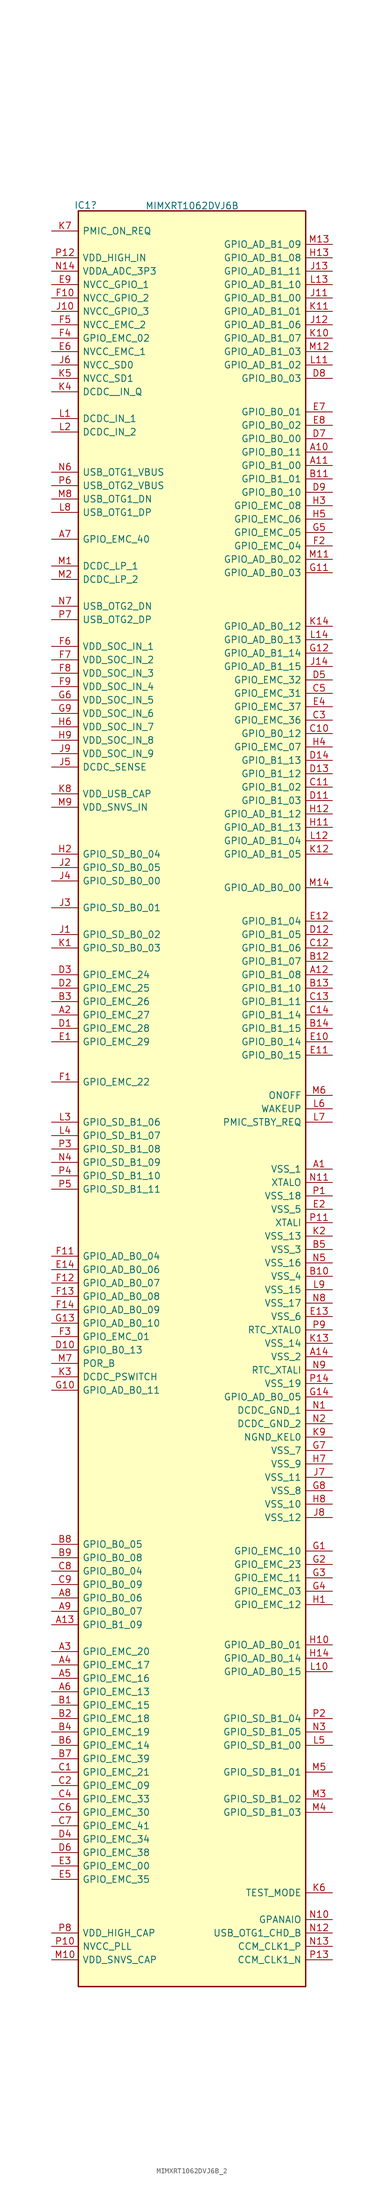
<source format=kicad_sym>
(kicad_symbol_lib
  (version 20231120)
  (generator "kicad_symbol_editor")
  (generator_version "8.0")
  (symbol "MIMXRT1062DVJ6B_2"
    (pin_names
      (offset 0.762))
    (property "Reference" "IC1"
      (at -20.193 124.257 0)
      (effects (font (size 1.27 1.27))))
    (property "Value" "MIMXRT1062DVJ6B"
      (at 0.025 124.155 0)
      (effects (font (size 1.27 1.27))))
    (property "Tolerance" ""
      (at 0 0 0)
      (effects (font (size 1.27 1.27))))
    (property "Power Rating" ""
      (at 0 0 0)
      (effects (font (size 1.27 1.27))))
    (symbol "MIMXRT1062DVJ6B_2_0_0"
      (pin passive line (at 26.67 -58.42 180) (length 5.08) (name "VSS_1" (effects (font (size 1.27 1.27)))) (number "A1" (effects (font (size 1.27 1.27)))))
      (pin passive line (at 26.67 77.47 180) (length 5.08) (name "GPIO_B0_11" (effects (font (size 1.27 1.27)))) (number "A10" (effects (font (size 1.27 1.27)))))
      (pin passive line (at 26.67 74.93 180) (length 5.08) (name "GPIO_B1_00" (effects (font (size 1.27 1.27)))) (number "A11" (effects (font (size 1.27 1.27)))))
      (pin passive line (at 26.67 -21.59 180) (length 5.08) (name "GPIO_B1_08" (effects (font (size 1.27 1.27)))) (number "A12" (effects (font (size 1.27 1.27)))))
      (pin passive line (at -26.67 -144.78 0) (length 5.08) (name "GPIO_B1_09" (effects (font (size 1.27 1.27)))) (number "A13" (effects (font (size 1.27 1.27)))))
      (pin passive line (at 26.67 -93.98 180) (length 5.08) (name "VSS_2" (effects (font (size 1.27 1.27)))) (number "A14" (effects (font (size 1.27 1.27)))))
      (pin passive line (at -26.67 -29.21 0) (length 5.08) (name "GPIO_EMC_27" (effects (font (size 1.27 1.27)))) (number "A2" (effects (font (size 1.27 1.27)))))
      (pin passive line (at -26.67 -149.86 0) (length 5.08) (name "GPIO_EMC_20" (effects (font (size 1.27 1.27)))) (number "A3" (effects (font (size 1.27 1.27)))))
      (pin passive line (at -26.67 -152.4 0) (length 5.08) (name "GPIO_EMC_17" (effects (font (size 1.27 1.27)))) (number "A4" (effects (font (size 1.27 1.27)))))
      (pin passive line (at -26.67 -154.94 0) (length 5.08) (name "GPIO_EMC_16" (effects (font (size 1.27 1.27)))) (number "A5" (effects (font (size 1.27 1.27)))))
      (pin passive line (at -26.67 -157.48 0) (length 5.08) (name "GPIO_EMC_13" (effects (font (size 1.27 1.27)))) (number "A6" (effects (font (size 1.27 1.27)))))
      (pin passive line (at -26.67 60.96 0) (length 5.08) (name "GPIO_EMC_40" (effects (font (size 1.27 1.27)))) (number "A7" (effects (font (size 1.27 1.27)))))
      (pin passive line (at -26.67 -139.7 0) (length 5.08) (name "GPIO_B0_06" (effects (font (size 1.27 1.27)))) (number "A8" (effects (font (size 1.27 1.27)))))
      (pin passive line (at -26.67 -142.24 0) (length 5.08) (name "GPIO_B0_07" (effects (font (size 1.27 1.27)))) (number "A9" (effects (font (size 1.27 1.27)))))
      (pin passive line (at -26.67 -160.02 0) (length 5.08) (name "GPIO_EMC_15" (effects (font (size 1.27 1.27)))) (number "B1" (effects (font (size 1.27 1.27)))))
      (pin passive line (at 26.67 -78.74 180) (length 5.08) (name "VSS_4" (effects (font (size 1.27 1.27)))) (number "B10" (effects (font (size 1.27 1.27)))))
      (pin passive line (at 26.67 72.39 180) (length 5.08) (name "GPIO_B1_01" (effects (font (size 1.27 1.27)))) (number "B11" (effects (font (size 1.27 1.27)))))
      (pin passive line (at 26.67 -19.05 180) (length 5.08) (name "GPIO_B1_07" (effects (font (size 1.27 1.27)))) (number "B12" (effects (font (size 1.27 1.27)))))
      (pin passive line (at 26.67 -24.13 180) (length 5.08) (name "GPIO_B1_10" (effects (font (size 1.27 1.27)))) (number "B13" (effects (font (size 1.27 1.27)))))
      (pin passive line (at 26.67 -31.75 180) (length 5.08) (name "GPIO_B1_15" (effects (font (size 1.27 1.27)))) (number "B14" (effects (font (size 1.27 1.27)))))
      (pin passive line (at -26.67 -162.56 0) (length 5.08) (name "GPIO_EMC_18" (effects (font (size 1.27 1.27)))) (number "B2" (effects (font (size 1.27 1.27)))))
      (pin passive line (at -26.67 -26.67 0) (length 5.08) (name "GPIO_EMC_26" (effects (font (size 1.27 1.27)))) (number "B3" (effects (font (size 1.27 1.27)))))
      (pin passive line (at -26.67 -165.1 0) (length 5.08) (name "GPIO_EMC_19" (effects (font (size 1.27 1.27)))) (number "B4" (effects (font (size 1.27 1.27)))))
      (pin passive line (at 26.67 -73.66 180) (length 5.08) (name "VSS_3" (effects (font (size 1.27 1.27)))) (number "B5" (effects (font (size 1.27 1.27)))))
      (pin passive line (at -26.67 -167.64 0) (length 5.08) (name "GPIO_EMC_14" (effects (font (size 1.27 1.27)))) (number "B6" (effects (font (size 1.27 1.27)))))
      (pin passive line (at -26.67 -170.18 0) (length 5.08) (name "GPIO_EMC_39" (effects (font (size 1.27 1.27)))) (number "B7" (effects (font (size 1.27 1.27)))))
      (pin passive line (at -26.67 -129.54 0) (length 5.08) (name "GPIO_B0_05" (effects (font (size 1.27 1.27)))) (number "B8" (effects (font (size 1.27 1.27)))))
      (pin passive line (at -26.67 -132.08 0) (length 5.08) (name "GPIO_B0_08" (effects (font (size 1.27 1.27)))) (number "B9" (effects (font (size 1.27 1.27)))))
      (pin passive line (at -26.67 -172.72 0) (length 5.08) (name "GPIO_EMC_21" (effects (font (size 1.27 1.27)))) (number "C1" (effects (font (size 1.27 1.27)))))
      (pin passive line (at 26.67 24.13 180) (length 5.08) (name "GPIO_B0_12" (effects (font (size 1.27 1.27)))) (number "C10" (effects (font (size 1.27 1.27)))))
      (pin passive line (at 26.67 13.97 180) (length 5.08) (name "GPIO_B1_02" (effects (font (size 1.27 1.27)))) (number "C11" (effects (font (size 1.27 1.27)))))
      (pin passive line (at 26.67 -16.51 180) (length 5.08) (name "GPIO_B1_06" (effects (font (size 1.27 1.27)))) (number "C12" (effects (font (size 1.27 1.27)))))
      (pin passive line (at 26.67 -26.67 180) (length 5.08) (name "GPIO_B1_11" (effects (font (size 1.27 1.27)))) (number "C13" (effects (font (size 1.27 1.27)))))
      (pin passive line (at 26.67 -29.21 180) (length 5.08) (name "GPIO_B1_14" (effects (font (size 1.27 1.27)))) (number "C14" (effects (font (size 1.27 1.27)))))
      (pin passive line (at -26.67 -175.26 0) (length 5.08) (name "GPIO_EMC_09" (effects (font (size 1.27 1.27)))) (number "C2" (effects (font (size 1.27 1.27)))))
      (pin passive line (at 26.67 26.67 180) (length 5.08) (name "GPIO_EMC_36" (effects (font (size 1.27 1.27)))) (number "C3" (effects (font (size 1.27 1.27)))))
      (pin passive line (at -26.67 -177.8 0) (length 5.08) (name "GPIO_EMC_33" (effects (font (size 1.27 1.27)))) (number "C4" (effects (font (size 1.27 1.27)))))
      (pin passive line (at 26.67 31.75 180) (length 5.08) (name "GPIO_EMC_31" (effects (font (size 1.27 1.27)))) (number "C5" (effects (font (size 1.27 1.27)))))
      (pin passive line (at -26.67 -180.34 0) (length 5.08) (name "GPIO_EMC_30" (effects (font (size 1.27 1.27)))) (number "C6" (effects (font (size 1.27 1.27)))))
      (pin passive line (at -26.67 -182.88 0) (length 5.08) (name "GPIO_EMC_41" (effects (font (size 1.27 1.27)))) (number "C7" (effects (font (size 1.27 1.27)))))
      (pin passive line (at -26.67 -134.62 0) (length 5.08) (name "GPIO_B0_04" (effects (font (size 1.27 1.27)))) (number "C8" (effects (font (size 1.27 1.27)))))
      (pin passive line (at -26.67 -137.16 0) (length 5.08) (name "GPIO_B0_09" (effects (font (size 1.27 1.27)))) (number "C9" (effects (font (size 1.27 1.27)))))
      (pin passive line (at -26.67 -31.75 0) (length 5.08) (name "GPIO_EMC_28" (effects (font (size 1.27 1.27)))) (number "D1" (effects (font (size 1.27 1.27)))))
      (pin passive line (at -26.67 -92.71 0) (length 5.08) (name "GPIO_B0_13" (effects (font (size 1.27 1.27)))) (number "D10" (effects (font (size 1.27 1.27)))))
      (pin passive line (at 26.67 11.43 180) (length 5.08) (name "GPIO_B1_03" (effects (font (size 1.27 1.27)))) (number "D11" (effects (font (size 1.27 1.27)))))
      (pin passive line (at 26.67 -13.97 180) (length 5.08) (name "GPIO_B1_05" (effects (font (size 1.27 1.27)))) (number "D12" (effects (font (size 1.27 1.27)))))
      (pin passive line (at 26.67 16.51 180) (length 5.08) (name "GPIO_B1_12" (effects (font (size 1.27 1.27)))) (number "D13" (effects (font (size 1.27 1.27)))))
      (pin passive line (at 26.67 19.05 180) (length 5.08) (name "GPIO_B1_13" (effects (font (size 1.27 1.27)))) (number "D14" (effects (font (size 1.27 1.27)))))
      (pin passive line (at -26.67 -24.13 0) (length 5.08) (name "GPIO_EMC_25" (effects (font (size 1.27 1.27)))) (number "D2" (effects (font (size 1.27 1.27)))))
      (pin passive line (at -26.67 -21.59 0) (length 5.08) (name "GPIO_EMC_24" (effects (font (size 1.27 1.27)))) (number "D3" (effects (font (size 1.27 1.27)))))
      (pin passive line (at -26.67 -185.42 0) (length 5.08) (name "GPIO_EMC_34" (effects (font (size 1.27 1.27)))) (number "D4" (effects (font (size 1.27 1.27)))))
      (pin passive line (at 26.67 34.29 180) (length 5.08) (name "GPIO_EMC_32" (effects (font (size 1.27 1.27)))) (number "D5" (effects (font (size 1.27 1.27)))))
      (pin passive line (at -26.67 -187.96 0) (length 5.08) (name "GPIO_EMC_38" (effects (font (size 1.27 1.27)))) (number "D6" (effects (font (size 1.27 1.27)))))
      (pin passive line (at 26.67 80.01 180) (length 5.08) (name "GPIO_B0_00" (effects (font (size 1.27 1.27)))) (number "D7" (effects (font (size 1.27 1.27)))))
      (pin passive line (at 26.67 91.44 180) (length 5.08) (name "GPIO_B0_03" (effects (font (size 1.27 1.27)))) (number "D8" (effects (font (size 1.27 1.27)))))
      (pin passive line (at 26.67 69.85 180) (length 5.08) (name "GPIO_B0_10" (effects (font (size 1.27 1.27)))) (number "D9" (effects (font (size 1.27 1.27)))))
      (pin passive line (at -26.67 -34.29 0) (length 5.08) (name "GPIO_EMC_29" (effects (font (size 1.27 1.27)))) (number "E1" (effects (font (size 1.27 1.27)))))
      (pin passive line (at 26.67 -34.29 180) (length 5.08) (name "GPIO_B0_14" (effects (font (size 1.27 1.27)))) (number "E10" (effects (font (size 1.27 1.27)))))
      (pin passive line (at 26.67 -36.83 180) (length 5.08) (name "GPIO_B0_15" (effects (font (size 1.27 1.27)))) (number "E11" (effects (font (size 1.27 1.27)))))
      (pin passive line (at 26.67 -11.43 180) (length 5.08) (name "GPIO_B1_04" (effects (font (size 1.27 1.27)))) (number "E12" (effects (font (size 1.27 1.27)))))
      (pin passive line (at 26.67 -86.36 180) (length 5.08) (name "VSS_6" (effects (font (size 1.27 1.27)))) (number "E13" (effects (font (size 1.27 1.27)))))
      (pin passive line (at -26.67 -77.47 0) (length 5.08) (name "GPIO_AD_B0_06" (effects (font (size 1.27 1.27)))) (number "E14" (effects (font (size 1.27 1.27)))))
      (pin passive line (at 26.67 -66.04 180) (length 5.08) (name "VSS_5" (effects (font (size 1.27 1.27)))) (number "E2" (effects (font (size 1.27 1.27)))))
      (pin passive line (at -26.67 -190.5 0) (length 5.08) (name "GPIO_EMC_00" (effects (font (size 1.27 1.27)))) (number "E3" (effects (font (size 1.27 1.27)))))
      (pin passive line (at 26.67 29.21 180) (length 5.08) (name "GPIO_EMC_37" (effects (font (size 1.27 1.27)))) (number "E4" (effects (font (size 1.27 1.27)))))
      (pin passive line (at -26.67 -193.04 0) (length 5.08) (name "GPIO_EMC_35" (effects (font (size 1.27 1.27)))) (number "E5" (effects (font (size 1.27 1.27)))))
      (pin passive line (at -26.67 96.52 0) (length 5.08) (name "NVCC_EMC_1" (effects (font (size 1.27 1.27)))) (number "E6" (effects (font (size 1.27 1.27)))))
      (pin passive line (at 26.67 85.09 180) (length 5.08) (name "GPIO_B0_01" (effects (font (size 1.27 1.27)))) (number "E7" (effects (font (size 1.27 1.27)))))
      (pin passive line (at 26.67 82.55 180) (length 5.08) (name "GPIO_B0_02" (effects (font (size 1.27 1.27)))) (number "E8" (effects (font (size 1.27 1.27)))))
      (pin passive line (at -26.67 109.22 0) (length 5.08) (name "NVCC_GPIO_1" (effects (font (size 1.27 1.27)))) (number "E9" (effects (font (size 1.27 1.27)))))
      (pin passive line (at -26.67 -41.91 0) (length 5.08) (name "GPIO_EMC_22" (effects (font (size 1.27 1.27)))) (number "F1" (effects (font (size 1.27 1.27)))))
      (pin passive line (at -26.67 106.68 0) (length 5.08) (name "NVCC_GPIO_2" (effects (font (size 1.27 1.27)))) (number "F10" (effects (font (size 1.27 1.27)))))
      (pin passive line (at -26.67 -74.93 0) (length 5.08) (name "GPIO_AD_B0_04" (effects (font (size 1.27 1.27)))) (number "F11" (effects (font (size 1.27 1.27)))))
      (pin passive line (at -26.67 -80.01 0) (length 5.08) (name "GPIO_AD_B0_07" (effects (font (size 1.27 1.27)))) (number "F12" (effects (font (size 1.27 1.27)))))
      (pin passive line (at -26.67 -82.55 0) (length 5.08) (name "GPIO_AD_B0_08" (effects (font (size 1.27 1.27)))) (number "F13" (effects (font (size 1.27 1.27)))))
      (pin passive line (at -26.67 -85.09 0) (length 5.08) (name "GPIO_AD_B0_09" (effects (font (size 1.27 1.27)))) (number "F14" (effects (font (size 1.27 1.27)))))
      (pin passive line (at 26.67 59.69 180) (length 5.08) (name "GPIO_EMC_04" (effects (font (size 1.27 1.27)))) (number "F2" (effects (font (size 1.27 1.27)))))
      (pin passive line (at -26.67 -90.17 0) (length 5.08) (name "GPIO_EMC_01" (effects (font (size 1.27 1.27)))) (number "F3" (effects (font (size 1.27 1.27)))))
      (pin passive line (at -26.67 99.06 0) (length 5.08) (name "GPIO_EMC_02" (effects (font (size 1.27 1.27)))) (number "F4" (effects (font (size 1.27 1.27)))))
      (pin passive line (at -26.67 101.6 0) (length 5.08) (name "NVCC_EMC_2" (effects (font (size 1.27 1.27)))) (number "F5" (effects (font (size 1.27 1.27)))))
      (pin passive line (at -26.67 40.64 0) (length 5.08) (name "VDD_SOC_IN_1" (effects (font (size 1.27 1.27)))) (number "F6" (effects (font (size 1.27 1.27)))))
      (pin passive line (at -26.67 38.1 0) (length 5.08) (name "VDD_SOC_IN_2" (effects (font (size 1.27 1.27)))) (number "F7" (effects (font (size 1.27 1.27)))))
      (pin passive line (at -26.67 35.56 0) (length 5.08) (name "VDD_SOC_IN_3" (effects (font (size 1.27 1.27)))) (number "F8" (effects (font (size 1.27 1.27)))))
      (pin passive line (at -26.67 33.02 0) (length 5.08) (name "VDD_SOC_IN_4" (effects (font (size 1.27 1.27)))) (number "F9" (effects (font (size 1.27 1.27)))))
      (pin passive line (at 26.67 -130.81 180) (length 5.08) (name "GPIO_EMC_10" (effects (font (size 1.27 1.27)))) (number "G1" (effects (font (size 1.27 1.27)))))
      (pin passive line (at -26.67 -100.33 0) (length 5.08) (name "GPIO_AD_B0_11" (effects (font (size 1.27 1.27)))) (number "G10" (effects (font (size 1.27 1.27)))))
      (pin passive line (at 26.67 54.61 180) (length 5.08) (name "GPIO_AD_B0_03" (effects (font (size 1.27 1.27)))) (number "G11" (effects (font (size 1.27 1.27)))))
      (pin passive line (at 26.67 39.37 180) (length 5.08) (name "GPIO_AD_B1_14" (effects (font (size 1.27 1.27)))) (number "G12" (effects (font (size 1.27 1.27)))))
      (pin passive line (at -26.67 -87.63 0) (length 5.08) (name "GPIO_AD_B0_10" (effects (font (size 1.27 1.27)))) (number "G13" (effects (font (size 1.27 1.27)))))
      (pin passive line (at 26.67 -101.6 180) (length 5.08) (name "GPIO_AD_B0_05" (effects (font (size 1.27 1.27)))) (number "G14" (effects (font (size 1.27 1.27)))))
      (pin passive line (at 26.67 -133.35 180) (length 5.08) (name "GPIO_EMC_23" (effects (font (size 1.27 1.27)))) (number "G2" (effects (font (size 1.27 1.27)))))
      (pin passive line (at 26.67 -135.89 180) (length 5.08) (name "GPIO_EMC_11" (effects (font (size 1.27 1.27)))) (number "G3" (effects (font (size 1.27 1.27)))))
      (pin passive line (at 26.67 -138.43 180) (length 5.08) (name "GPIO_EMC_03" (effects (font (size 1.27 1.27)))) (number "G4" (effects (font (size 1.27 1.27)))))
      (pin passive line (at 26.67 62.23 180) (length 5.08) (name "GPIO_EMC_05" (effects (font (size 1.27 1.27)))) (number "G5" (effects (font (size 1.27 1.27)))))
      (pin passive line (at -26.67 30.48 0) (length 5.08) (name "VDD_SOC_IN_5" (effects (font (size 1.27 1.27)))) (number "G6" (effects (font (size 1.27 1.27)))))
      (pin passive line (at 26.67 -111.76 180) (length 5.08) (name "VSS_7" (effects (font (size 1.27 1.27)))) (number "G7" (effects (font (size 1.27 1.27)))))
      (pin passive line (at 26.67 -119.38 180) (length 5.08) (name "VSS_8" (effects (font (size 1.27 1.27)))) (number "G8" (effects (font (size 1.27 1.27)))))
      (pin passive line (at -26.67 27.94 0) (length 5.08) (name "VDD_SOC_IN_6" (effects (font (size 1.27 1.27)))) (number "G9" (effects (font (size 1.27 1.27)))))
      (pin passive line (at 26.67 -140.97 180) (length 5.08) (name "GPIO_EMC_12" (effects (font (size 1.27 1.27)))) (number "H1" (effects (font (size 1.27 1.27)))))
      (pin passive line (at 26.67 -148.59 180) (length 5.08) (name "GPIO_AD_B0_01" (effects (font (size 1.27 1.27)))) (number "H10" (effects (font (size 1.27 1.27)))))
      (pin passive line (at 26.67 6.35 180) (length 5.08) (name "GPIO_AD_B1_13" (effects (font (size 1.27 1.27)))) (number "H11" (effects (font (size 1.27 1.27)))))
      (pin passive line (at 26.67 8.89 180) (length 5.08) (name "GPIO_AD_B1_12" (effects (font (size 1.27 1.27)))) (number "H12" (effects (font (size 1.27 1.27)))))
      (pin passive line (at 26.67 114.3 180) (length 5.08) (name "GPIO_AD_B1_08" (effects (font (size 1.27 1.27)))) (number "H13" (effects (font (size 1.27 1.27)))))
      (pin passive line (at 26.67 -151.13 180) (length 5.08) (name "GPIO_AD_B0_14" (effects (font (size 1.27 1.27)))) (number "H14" (effects (font (size 1.27 1.27)))))
      (pin passive line (at -26.67 1.27 0) (length 5.08) (name "GPIO_SD_B0_04" (effects (font (size 1.27 1.27)))) (number "H2" (effects (font (size 1.27 1.27)))))
      (pin passive line (at 26.67 67.31 180) (length 5.08) (name "GPIO_EMC_08" (effects (font (size 1.27 1.27)))) (number "H3" (effects (font (size 1.27 1.27)))))
      (pin passive line (at 26.67 21.59 180) (length 5.08) (name "GPIO_EMC_07" (effects (font (size 1.27 1.27)))) (number "H4" (effects (font (size 1.27 1.27)))))
      (pin passive line (at 26.67 64.77 180) (length 5.08) (name "GPIO_EMC_06" (effects (font (size 1.27 1.27)))) (number "H5" (effects (font (size 1.27 1.27)))))
      (pin passive line (at -26.67 25.4 0) (length 5.08) (name "VDD_SOC_IN_7" (effects (font (size 1.27 1.27)))) (number "H6" (effects (font (size 1.27 1.27)))))
      (pin passive line (at 26.67 -114.3 180) (length 5.08) (name "VSS_9" (effects (font (size 1.27 1.27)))) (number "H7" (effects (font (size 1.27 1.27)))))
      (pin passive line (at 26.67 -121.92 180) (length 5.08) (name "VSS_10" (effects (font (size 1.27 1.27)))) (number "H8" (effects (font (size 1.27 1.27)))))
      (pin passive line (at -26.67 22.86 0) (length 5.08) (name "VDD_SOC_IN_8" (effects (font (size 1.27 1.27)))) (number "H9" (effects (font (size 1.27 1.27)))))
      (pin passive line (at -26.67 -13.97 0) (length 5.08) (name "GPIO_SD_B0_02" (effects (font (size 1.27 1.27)))) (number "J1" (effects (font (size 1.27 1.27)))))
      (pin passive line (at -26.67 104.14 0) (length 5.08) (name "NVCC_GPIO_3" (effects (font (size 1.27 1.27)))) (number "J10" (effects (font (size 1.27 1.27)))))
      (pin passive line (at 26.67 106.68 180) (length 5.08) (name "GPIO_AD_B1_00" (effects (font (size 1.27 1.27)))) (number "J11" (effects (font (size 1.27 1.27)))))
      (pin passive line (at 26.67 101.6 180) (length 5.08) (name "GPIO_AD_B1_06" (effects (font (size 1.27 1.27)))) (number "J12" (effects (font (size 1.27 1.27)))))
      (pin passive line (at 26.67 111.76 180) (length 5.08) (name "GPIO_AD_B1_11" (effects (font (size 1.27 1.27)))) (number "J13" (effects (font (size 1.27 1.27)))))
      (pin passive line (at 26.67 36.83 180) (length 5.08) (name "GPIO_AD_B1_15" (effects (font (size 1.27 1.27)))) (number "J14" (effects (font (size 1.27 1.27)))))
      (pin passive line (at -26.67 -1.27 0) (length 5.08) (name "GPIO_SD_B0_05" (effects (font (size 1.27 1.27)))) (number "J2" (effects (font (size 1.27 1.27)))))
      (pin passive line (at -26.67 -8.89 0) (length 5.08) (name "GPIO_SD_B0_01" (effects (font (size 1.27 1.27)))) (number "J3" (effects (font (size 1.27 1.27)))))
      (pin passive line (at -26.67 -3.81 0) (length 5.08) (name "GPIO_SD_B0_00" (effects (font (size 1.27 1.27)))) (number "J4" (effects (font (size 1.27 1.27)))))
      (pin passive line (at -26.67 17.78 0) (length 5.08) (name "DCDC_SENSE" (effects (font (size 1.27 1.27)))) (number "J5" (effects (font (size 1.27 1.27)))))
      (pin passive line (at -26.67 93.98 0) (length 5.08) (name "NVCC_SD0" (effects (font (size 1.27 1.27)))) (number "J6" (effects (font (size 1.27 1.27)))))
      (pin passive line (at 26.67 -116.84 180) (length 5.08) (name "VSS_11" (effects (font (size 1.27 1.27)))) (number "J7" (effects (font (size 1.27 1.27)))))
      (pin passive line (at 26.67 -124.46 180) (length 5.08) (name "VSS_12" (effects (font (size 1.27 1.27)))) (number "J8" (effects (font (size 1.27 1.27)))))
      (pin passive line (at -26.67 20.32 0) (length 5.08) (name "VDD_SOC_IN_9" (effects (font (size 1.27 1.27)))) (number "J9" (effects (font (size 1.27 1.27)))))
      (pin passive line (at -26.67 -16.51 0) (length 5.08) (name "GPIO_SD_B0_03" (effects (font (size 1.27 1.27)))) (number "K1" (effects (font (size 1.27 1.27)))))
      (pin passive line (at 26.67 99.06 180) (length 5.08) (name "GPIO_AD_B1_07" (effects (font (size 1.27 1.27)))) (number "K10" (effects (font (size 1.27 1.27)))))
      (pin passive line (at 26.67 104.14 180) (length 5.08) (name "GPIO_AD_B1_01" (effects (font (size 1.27 1.27)))) (number "K11" (effects (font (size 1.27 1.27)))))
      (pin passive line (at 26.67 1.27 180) (length 5.08) (name "GPIO_AD_B1_05" (effects (font (size 1.27 1.27)))) (number "K12" (effects (font (size 1.27 1.27)))))
      (pin passive line (at 26.67 -91.44 180) (length 5.08) (name "VSS_14" (effects (font (size 1.27 1.27)))) (number "K13" (effects (font (size 1.27 1.27)))))
      (pin passive line (at 26.67 44.45 180) (length 5.08) (name "GPIO_AD_B0_12" (effects (font (size 1.27 1.27)))) (number "K14" (effects (font (size 1.27 1.27)))))
      (pin passive line (at 26.67 -71.12 180) (length 5.08) (name "VSS_13" (effects (font (size 1.27 1.27)))) (number "K2" (effects (font (size 1.27 1.27)))))
      (pin passive line (at -26.67 -97.79 0) (length 5.08) (name "DCDC_PSWITCH" (effects (font (size 1.27 1.27)))) (number "K3" (effects (font (size 1.27 1.27)))))
      (pin passive line (at -26.67 88.9 0) (length 5.08) (name "DCDC__IN_Q" (effects (font (size 1.27 1.27)))) (number "K4" (effects (font (size 1.27 1.27)))))
      (pin passive line (at -26.67 91.44 0) (length 5.08) (name "NVCC_SD1" (effects (font (size 1.27 1.27)))) (number "K5" (effects (font (size 1.27 1.27)))))
      (pin passive line (at 26.67 -195.58 180) (length 5.08) (name "TEST_MODE" (effects (font (size 1.27 1.27)))) (number "K6" (effects (font (size 1.27 1.27)))))
      (pin passive line (at -26.67 119.38 0) (length 5.08) (name "PMIC_ON_REQ" (effects (font (size 1.27 1.27)))) (number "K7" (effects (font (size 1.27 1.27)))))
      (pin passive line (at -26.67 12.7 0) (length 5.08) (name "VDD_USB_CAP" (effects (font (size 1.27 1.27)))) (number "K8" (effects (font (size 1.27 1.27)))))
      (pin passive line (at 26.67 -109.22 180) (length 5.08) (name "NGND_KEL0" (effects (font (size 1.27 1.27)))) (number "K9" (effects (font (size 1.27 1.27)))))
      (pin passive line (at -26.67 83.82 0) (length 5.08) (name "DCDC_IN_1" (effects (font (size 1.27 1.27)))) (number "L1" (effects (font (size 1.27 1.27)))))
      (pin passive line (at 26.67 -153.67 180) (length 5.08) (name "GPIO_AD_B0_15" (effects (font (size 1.27 1.27)))) (number "L10" (effects (font (size 1.27 1.27)))))
      (pin passive line (at 26.67 93.98 180) (length 5.08) (name "GPIO_AD_B1_02" (effects (font (size 1.27 1.27)))) (number "L11" (effects (font (size 1.27 1.27)))))
      (pin passive line (at 26.67 3.81 180) (length 5.08) (name "GPIO_AD_B1_04" (effects (font (size 1.27 1.27)))) (number "L12" (effects (font (size 1.27 1.27)))))
      (pin passive line (at 26.67 109.22 180) (length 5.08) (name "GPIO_AD_B1_10" (effects (font (size 1.27 1.27)))) (number "L13" (effects (font (size 1.27 1.27)))))
      (pin passive line (at 26.67 41.91 180) (length 5.08) (name "GPIO_AD_B0_13" (effects (font (size 1.27 1.27)))) (number "L14" (effects (font (size 1.27 1.27)))))
      (pin passive line (at -26.67 81.28 0) (length 5.08) (name "DCDC_IN_2" (effects (font (size 1.27 1.27)))) (number "L2" (effects (font (size 1.27 1.27)))))
      (pin passive line (at -26.67 -49.53 0) (length 5.08) (name "GPIO_SD_B1_06" (effects (font (size 1.27 1.27)))) (number "L3" (effects (font (size 1.27 1.27)))))
      (pin passive line (at -26.67 -52.07 0) (length 5.08) (name "GPIO_SD_B1_07" (effects (font (size 1.27 1.27)))) (number "L4" (effects (font (size 1.27 1.27)))))
      (pin passive line (at 26.67 -167.64 180) (length 5.08) (name "GPIO_SD_B1_00" (effects (font (size 1.27 1.27)))) (number "L5" (effects (font (size 1.27 1.27)))))
      (pin passive line (at 26.67 -46.99 180) (length 5.08) (name "WAKEUP" (effects (font (size 1.27 1.27)))) (number "L6" (effects (font (size 1.27 1.27)))))
      (pin passive line (at 26.67 -49.53 180) (length 5.08) (name "PMIC_STBY_REQ" (effects (font (size 1.27 1.27)))) (number "L7" (effects (font (size 1.27 1.27)))))
      (pin passive line (at -26.67 66.04 0) (length 5.08) (name "USB_OTG1_DP" (effects (font (size 1.27 1.27)))) (number "L8" (effects (font (size 1.27 1.27)))))
      (pin passive line (at 26.67 -81.28 180) (length 5.08) (name "VSS_15" (effects (font (size 1.27 1.27)))) (number "L9" (effects (font (size 1.27 1.27)))))
      (pin passive line (at -26.67 55.88 0) (length 5.08) (name "DCDC_LP_1" (effects (font (size 1.27 1.27)))) (number "M1" (effects (font (size 1.27 1.27)))))
      (pin passive line (at -26.67 -208.28 0) (length 5.08) (name "VDD_SNVS_CAP" (effects (font (size 1.27 1.27)))) (number "M10" (effects (font (size 1.27 1.27)))))
      (pin passive line (at 26.67 57.15 180) (length 5.08) (name "GPIO_AD_B0_02" (effects (font (size 1.27 1.27)))) (number "M11" (effects (font (size 1.27 1.27)))))
      (pin passive line (at 26.67 96.52 180) (length 5.08) (name "GPIO_AD_B1_03" (effects (font (size 1.27 1.27)))) (number "M12" (effects (font (size 1.27 1.27)))))
      (pin passive line (at 26.67 116.84 180) (length 5.08) (name "GPIO_AD_B1_09" (effects (font (size 1.27 1.27)))) (number "M13" (effects (font (size 1.27 1.27)))))
      (pin passive line (at 26.67 -5.08 180) (length 5.08) (name "GPIO_AD_B0_00" (effects (font (size 1.27 1.27)))) (number "M14" (effects (font (size 1.27 1.27)))))
      (pin passive line (at -26.67 53.34 0) (length 5.08) (name "DCDC_LP_2" (effects (font (size 1.27 1.27)))) (number "M2" (effects (font (size 1.27 1.27)))))
      (pin passive line (at 26.67 -177.8 180) (length 5.08) (name "GPIO_SD_B1_02" (effects (font (size 1.27 1.27)))) (number "M3" (effects (font (size 1.27 1.27)))))
      (pin passive line (at 26.67 -180.34 180) (length 5.08) (name "GPIO_SD_B1_03" (effects (font (size 1.27 1.27)))) (number "M4" (effects (font (size 1.27 1.27)))))
      (pin passive line (at 26.67 -172.72 180) (length 5.08) (name "GPIO_SD_B1_01" (effects (font (size 1.27 1.27)))) (number "M5" (effects (font (size 1.27 1.27)))))
      (pin passive line (at 26.67 -44.45 180) (length 5.08) (name "ONOFF" (effects (font (size 1.27 1.27)))) (number "M6" (effects (font (size 1.27 1.27)))))
      (pin passive line (at -26.67 -95.25 0) (length 5.08) (name "POR_B" (effects (font (size 1.27 1.27)))) (number "M7" (effects (font (size 1.27 1.27)))))
      (pin passive line (at -26.67 68.58 0) (length 5.08) (name "USB_OTG1_DN" (effects (font (size 1.27 1.27)))) (number "M8" (effects (font (size 1.27 1.27)))))
      (pin passive line (at -26.67 10.16 0) (length 5.08) (name "VDD_SNVS_IN" (effects (font (size 1.27 1.27)))) (number "M9" (effects (font (size 1.27 1.27)))))
      (pin passive line (at 26.67 -104.14 180) (length 5.08) (name "DCDC_GND_1" (effects (font (size 1.27 1.27)))) (number "N1" (effects (font (size 1.27 1.27)))))
      (pin passive line (at 26.67 -200.66 180) (length 5.08) (name "GPANAIO" (effects (font (size 1.27 1.27)))) (number "N10" (effects (font (size 1.27 1.27)))))
      (pin passive line (at 26.67 -60.96 180) (length 5.08) (name "XTALO" (effects (font (size 1.27 1.27)))) (number "N11" (effects (font (size 1.27 1.27)))))
      (pin passive line (at 26.67 -203.2 180) (length 5.08) (name "USB_OTG1_CHD_B" (effects (font (size 1.27 1.27)))) (number "N12" (effects (font (size 1.27 1.27)))))
      (pin passive line (at 26.67 -205.74 180) (length 5.08) (name "CCM_CLK1_P" (effects (font (size 1.27 1.27)))) (number "N13" (effects (font (size 1.27 1.27)))))
      (pin passive line (at -26.67 111.76 0) (length 5.08) (name "VDDA_ADC_3P3" (effects (font (size 1.27 1.27)))) (number "N14" (effects (font (size 1.27 1.27)))))
      (pin passive line (at 26.67 -106.68 180) (length 5.08) (name "DCDC_GND_2" (effects (font (size 1.27 1.27)))) (number "N2" (effects (font (size 1.27 1.27)))))
      (pin passive line (at 26.67 -165.1 180) (length 5.08) (name "GPIO_SD_B1_05" (effects (font (size 1.27 1.27)))) (number "N3" (effects (font (size 1.27 1.27)))))
      (pin passive line (at -26.67 -57.15 0) (length 5.08) (name "GPIO_SD_B1_09" (effects (font (size 1.27 1.27)))) (number "N4" (effects (font (size 1.27 1.27)))))
      (pin passive line (at 26.67 -76.2 180) (length 5.08) (name "VSS_16" (effects (font (size 1.27 1.27)))) (number "N5" (effects (font (size 1.27 1.27)))))
      (pin passive line (at -26.67 73.66 0) (length 5.08) (name "USB_OTG1_VBUS" (effects (font (size 1.27 1.27)))) (number "N6" (effects (font (size 1.27 1.27)))))
      (pin passive line (at -26.67 48.26 0) (length 5.08) (name "USB_OTG2_DN" (effects (font (size 1.27 1.27)))) (number "N7" (effects (font (size 1.27 1.27)))))
      (pin passive line (at 26.67 -83.82 180) (length 5.08) (name "VSS_17" (effects (font (size 1.27 1.27)))) (number "N8" (effects (font (size 1.27 1.27)))))
      (pin passive line (at 26.67 -96.52 180) (length 5.08) (name "RTC_XTALI" (effects (font (size 1.27 1.27)))) (number "N9" (effects (font (size 1.27 1.27)))))
      (pin passive line (at 26.67 -63.5 180) (length 5.08) (name "VSS_18" (effects (font (size 1.27 1.27)))) (number "P1" (effects (font (size 1.27 1.27)))))
      (pin passive line (at -26.67 -205.74 0) (length 5.08) (name "NVCC_PLL" (effects (font (size 1.27 1.27)))) (number "P10" (effects (font (size 1.27 1.27)))))
      (pin passive line (at 26.67 -68.58 180) (length 5.08) (name "XTALI" (effects (font (size 1.27 1.27)))) (number "P11" (effects (font (size 1.27 1.27)))))
      (pin passive line (at -26.67 114.3 0) (length 5.08) (name "VDD_HIGH_IN" (effects (font (size 1.27 1.27)))) (number "P12" (effects (font (size 1.27 1.27)))))
      (pin passive line (at 26.67 -208.28 180) (length 5.08) (name "CCM_CLK1_N" (effects (font (size 1.27 1.27)))) (number "P13" (effects (font (size 1.27 1.27)))))
      (pin passive line (at 26.67 -99.06 180) (length 5.08) (name "VSS_19" (effects (font (size 1.27 1.27)))) (number "P14" (effects (font (size 1.27 1.27)))))
      (pin passive line (at 26.67 -162.56 180) (length 5.08) (name "GPIO_SD_B1_04" (effects (font (size 1.27 1.27)))) (number "P2" (effects (font (size 1.27 1.27)))))
      (pin passive line (at -26.67 -54.61 0) (length 5.08) (name "GPIO_SD_B1_08" (effects (font (size 1.27 1.27)))) (number "P3" (effects (font (size 1.27 1.27)))))
      (pin passive line (at -26.67 -59.69 0) (length 5.08) (name "GPIO_SD_B1_10" (effects (font (size 1.27 1.27)))) (number "P4" (effects (font (size 1.27 1.27)))))
      (pin passive line (at -26.67 -62.23 0) (length 5.08) (name "GPIO_SD_B1_11" (effects (font (size 1.27 1.27)))) (number "P5" (effects (font (size 1.27 1.27)))))
      (pin passive line (at -26.67 71.12 0) (length 5.08) (name "USB_OTG2_VBUS" (effects (font (size 1.27 1.27)))) (number "P6" (effects (font (size 1.27 1.27)))))
      (pin passive line (at -26.67 45.72 0) (length 5.08) (name "USB_OTG2_DP" (effects (font (size 1.27 1.27)))) (number "P7" (effects (font (size 1.27 1.27)))))
      (pin passive line (at -26.67 -203.2 0) (length 5.08) (name "VDD_HIGH_CAP" (effects (font (size 1.27 1.27)))) (number "P8" (effects (font (size 1.27 1.27)))))
      (pin passive line (at 26.67 -88.9 180) (length 5.08) (name "RTC_XTALO" (effects (font (size 1.27 1.27)))) (number "P9" (effects (font (size 1.27 1.27))))))
    (symbol "MIMXRT1062DVJ6B_2_1_1"
      (polyline (pts (xy -21.59 123.19) (xy 21.59 123.19) (xy 21.59 -213.36) (xy -21.59 -213.36) (xy -21.59 123.19)) (stroke (width 0.254) (type default)) (fill (type background))))))
</source>
